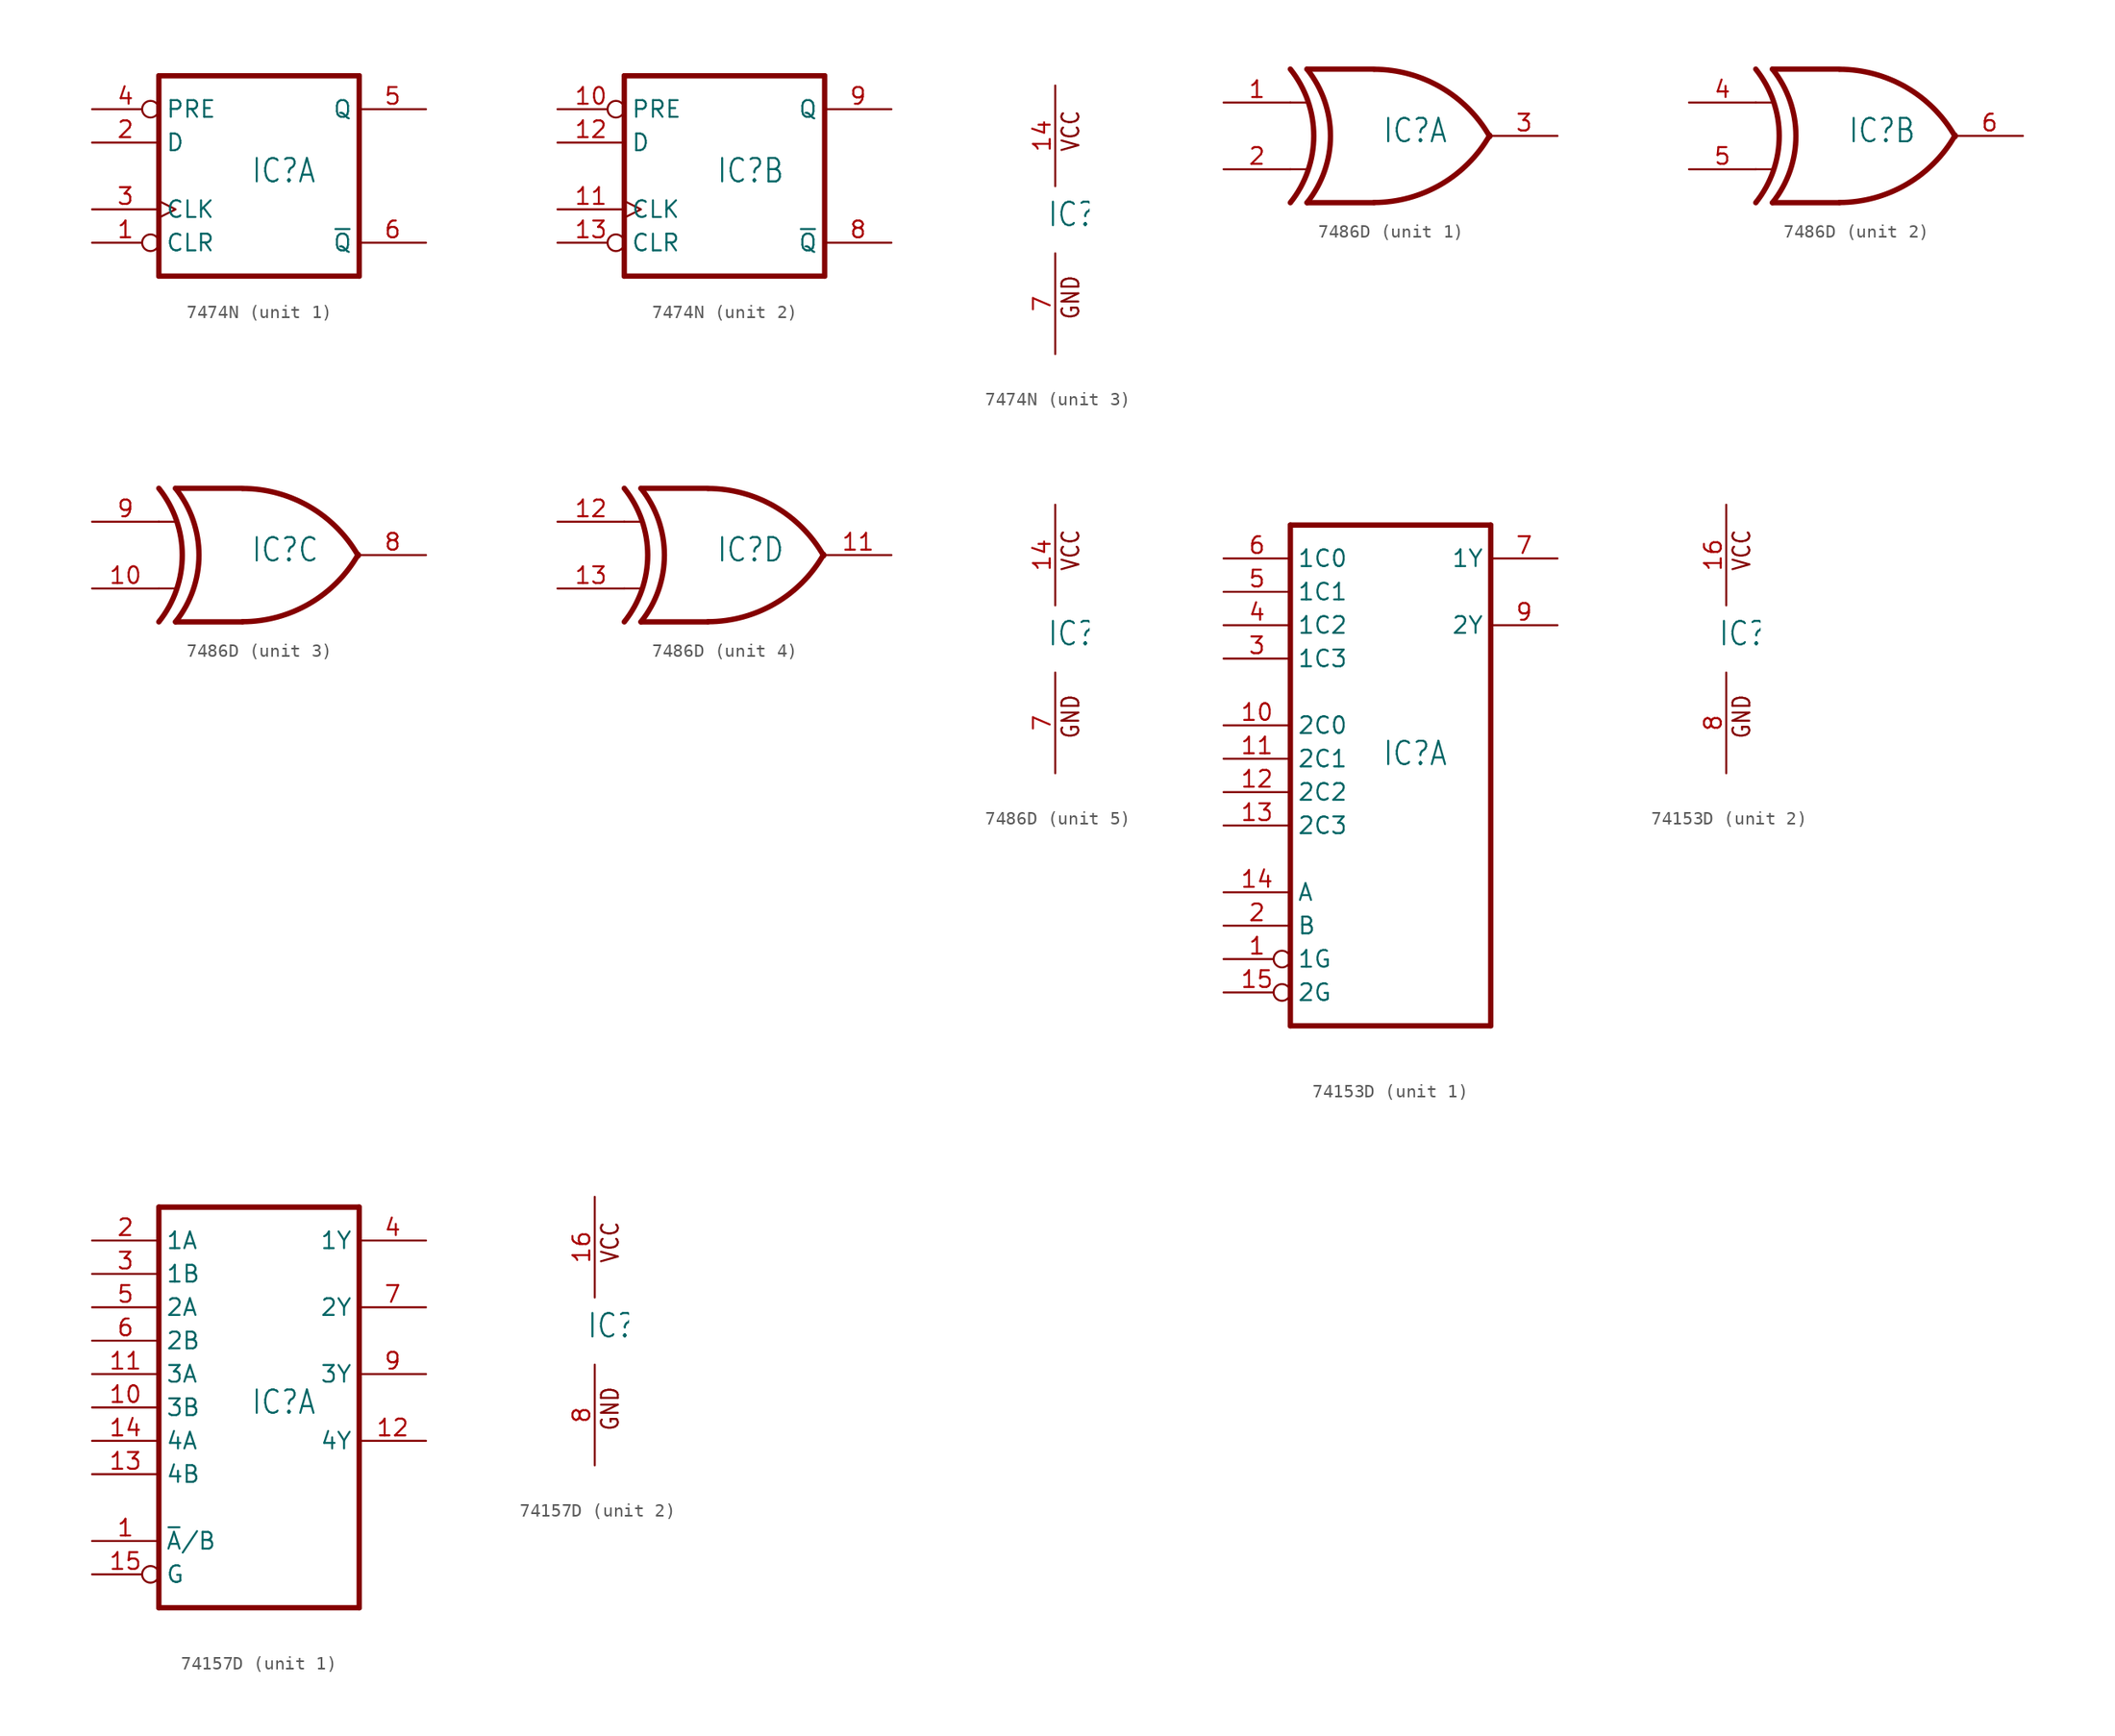
<source format=kicad_sym>
(kicad_symbol_lib
  (version 20220914)
  (generator kicad_symbol_editor)
  (symbol "7474N"
    (property "Reference" "IC"
      (at -0.635 -0.635 0)
      (effects (font (size 1.778 1.511)) (justify left bottom)))
    (property "ki_locked" ""
      (at 0 0 0)
      (effects (font (size 1.27 1.27))))
    (symbol "7474N_1_0"
      (polyline (pts (xy -7.62 -7.62) (xy 7.62 -7.62)) (stroke (width 0.406) (type default)) (fill (type none)))
      (polyline (pts (xy -7.62 7.62) (xy -7.62 -7.62)) (stroke (width 0.406) (type default)) (fill (type none)))
      (polyline (pts (xy 7.62 -7.62) (xy 7.62 7.62)) (stroke (width 0.406) (type default)) (fill (type none)))
      (polyline (pts (xy 7.62 7.62) (xy -7.62 7.62)) (stroke (width 0.406) (type default)) (fill (type none)))
      (pin input inverted (at -12.7 -5.08 0) (length 5.08) (name "CLR" (effects (font (size 1.27 1.27)))) (number "1" (effects (font (size 1.27 1.27)))))
      (pin input line (at -12.7 2.54 0) (length 5.08) (name "D" (effects (font (size 1.27 1.27)))) (number "2" (effects (font (size 1.27 1.27)))))
      (pin input clock (at -12.7 -2.54 0) (length 5.08) (name "CLK" (effects (font (size 1.27 1.27)))) (number "3" (effects (font (size 1.27 1.27)))))
      (pin input inverted (at -12.7 5.08 0) (length 5.08) (name "PRE" (effects (font (size 1.27 1.27)))) (number "4" (effects (font (size 1.27 1.27)))))
      (pin output line (at 12.7 5.08 180) (length 5.08) (name "Q" (effects (font (size 1.27 1.27)))) (number "5" (effects (font (size 1.27 1.27)))))
      (pin output line (at 12.7 -5.08 180) (length 5.08) (name "~{Q}" (effects (font (size 1.27 1.27)))) (number "6" (effects (font (size 1.27 1.27))))))
    (symbol "7474N_2_0"
      (polyline (pts (xy -7.62 -7.62) (xy 7.62 -7.62)) (stroke (width 0.406) (type default)) (fill (type none)))
      (polyline (pts (xy -7.62 7.62) (xy -7.62 -7.62)) (stroke (width 0.406) (type default)) (fill (type none)))
      (polyline (pts (xy 7.62 -7.62) (xy 7.62 7.62)) (stroke (width 0.406) (type default)) (fill (type none)))
      (polyline (pts (xy 7.62 7.62) (xy -7.62 7.62)) (stroke (width 0.406) (type default)) (fill (type none)))
      (pin input inverted (at -12.7 5.08 0) (length 5.08) (name "PRE" (effects (font (size 1.27 1.27)))) (number "10" (effects (font (size 1.27 1.27)))))
      (pin input clock (at -12.7 -2.54 0) (length 5.08) (name "CLK" (effects (font (size 1.27 1.27)))) (number "11" (effects (font (size 1.27 1.27)))))
      (pin input line (at -12.7 2.54 0) (length 5.08) (name "D" (effects (font (size 1.27 1.27)))) (number "12" (effects (font (size 1.27 1.27)))))
      (pin input inverted (at -12.7 -5.08 0) (length 5.08) (name "CLR" (effects (font (size 1.27 1.27)))) (number "13" (effects (font (size 1.27 1.27)))))
      (pin output line (at 12.7 -5.08 180) (length 5.08) (name "~{Q}" (effects (font (size 1.27 1.27)))) (number "8" (effects (font (size 1.27 1.27)))))
      (pin output line (at 12.7 5.08 180) (length 5.08) (name "Q" (effects (font (size 1.27 1.27)))) (number "9" (effects (font (size 1.27 1.27))))))
    (symbol "7474N_3_0"
      (text "GND" (at 1.905 -7.62 900) (effects (font (size 1.27 1.079)) (justify left bottom)))
      (text "VCC" (at 1.905 5.08 900) (effects (font (size 1.27 1.079)) (justify left bottom)))
      (pin power_in line (at 0 10.16 270) (length 7.62) (name "VCC" (effects (font (size 0 0)))) (number "14" (effects (font (size 1.27 1.27)))))
      (pin power_in line (at 0 -10.16 90) (length 7.62) (name "GND" (effects (font (size 0 0)))) (number "7" (effects (font (size 1.27 1.27)))))))
  (symbol "7486D"
    (property "Reference" "IC"
      (at -0.635 -0.635 0)
      (effects (font (size 1.778 1.511)) (justify left bottom)))
    (property "ki_locked" ""
      (at 0 0 0)
      (effects (font (size 1.27 1.27))))
    (symbol "7486D_1_0"
      (arc (start -7.62 -5.08) (mid -5.838 0) (end -7.62 5.08) (stroke (width 0.4064) (type default)) (fill (type none)))
      (arc (start -6.35 -5.08) (mid -4.568 0) (end -6.35 5.08) (stroke (width 0.4064) (type default)) (fill (type none)))
      (arc (start -1.2446 -5.0678) (mid 3.8372 -3.689) (end 7.5439 0.0507) (stroke (width 0.4064) (type default)) (fill (type none)))
      (polyline (pts (xy -7.62 -2.54) (xy -6.35 -2.54)) (stroke (width 0.152) (type default)) (fill (type none)))
      (polyline (pts (xy -7.62 2.54) (xy -6.35 2.54)) (stroke (width 0.152) (type default)) (fill (type none)))
      (polyline (pts (xy -1.27 -5.08) (xy -6.35 -5.08)) (stroke (width 0.406) (type default)) (fill (type none)))
      (polyline (pts (xy -1.27 5.08) (xy -6.35 5.08)) (stroke (width 0.406) (type default)) (fill (type none)))
      (arc (start 7.5442 -0.0505) (mid 3.8373 3.6892) (end -1.2446 5.0678) (stroke (width 0.4064) (type default)) (fill (type none)))
      (pin input line (at -12.7 2.54 0) (length 5.08) (name "I0" (effects (font (size 0 0)))) (number "1" (effects (font (size 1.27 1.27)))))
      (pin input line (at -12.7 -2.54 0) (length 5.08) (name "I1" (effects (font (size 0 0)))) (number "2" (effects (font (size 1.27 1.27)))))
      (pin output line (at 12.7 0 180) (length 5.08) (name "O" (effects (font (size 0 0)))) (number "3" (effects (font (size 1.27 1.27))))))
    (symbol "7486D_2_0"
      (arc (start -7.62 -5.08) (mid -5.838 0) (end -7.62 5.08) (stroke (width 0.4064) (type default)) (fill (type none)))
      (arc (start -6.35 -5.08) (mid -4.568 0) (end -6.35 5.08) (stroke (width 0.4064) (type default)) (fill (type none)))
      (arc (start -1.2446 -5.0678) (mid 3.8372 -3.689) (end 7.5439 0.0507) (stroke (width 0.4064) (type default)) (fill (type none)))
      (polyline (pts (xy -7.62 -2.54) (xy -6.35 -2.54)) (stroke (width 0.152) (type default)) (fill (type none)))
      (polyline (pts (xy -7.62 2.54) (xy -6.35 2.54)) (stroke (width 0.152) (type default)) (fill (type none)))
      (polyline (pts (xy -1.27 -5.08) (xy -6.35 -5.08)) (stroke (width 0.406) (type default)) (fill (type none)))
      (polyline (pts (xy -1.27 5.08) (xy -6.35 5.08)) (stroke (width 0.406) (type default)) (fill (type none)))
      (arc (start 7.5442 -0.0505) (mid 3.8373 3.6892) (end -1.2446 5.0678) (stroke (width 0.4064) (type default)) (fill (type none)))
      (pin input line (at -12.7 2.54 0) (length 5.08) (name "I0" (effects (font (size 0 0)))) (number "4" (effects (font (size 1.27 1.27)))))
      (pin input line (at -12.7 -2.54 0) (length 5.08) (name "I1" (effects (font (size 0 0)))) (number "5" (effects (font (size 1.27 1.27)))))
      (pin output line (at 12.7 0 180) (length 5.08) (name "O" (effects (font (size 0 0)))) (number "6" (effects (font (size 1.27 1.27))))))
    (symbol "7486D_3_0"
      (arc (start -7.62 -5.08) (mid -5.838 0) (end -7.62 5.08) (stroke (width 0.4064) (type default)) (fill (type none)))
      (arc (start -6.35 -5.08) (mid -4.568 0) (end -6.35 5.08) (stroke (width 0.4064) (type default)) (fill (type none)))
      (arc (start -1.2446 -5.0678) (mid 3.8372 -3.689) (end 7.5439 0.0507) (stroke (width 0.4064) (type default)) (fill (type none)))
      (polyline (pts (xy -7.62 -2.54) (xy -6.35 -2.54)) (stroke (width 0.152) (type default)) (fill (type none)))
      (polyline (pts (xy -7.62 2.54) (xy -6.35 2.54)) (stroke (width 0.152) (type default)) (fill (type none)))
      (polyline (pts (xy -1.27 -5.08) (xy -6.35 -5.08)) (stroke (width 0.406) (type default)) (fill (type none)))
      (polyline (pts (xy -1.27 5.08) (xy -6.35 5.08)) (stroke (width 0.406) (type default)) (fill (type none)))
      (arc (start 7.5442 -0.0505) (mid 3.8373 3.6892) (end -1.2446 5.0678) (stroke (width 0.4064) (type default)) (fill (type none)))
      (pin input line (at -12.7 -2.54 0) (length 5.08) (name "I1" (effects (font (size 0 0)))) (number "10" (effects (font (size 1.27 1.27)))))
      (pin output line (at 12.7 0 180) (length 5.08) (name "O" (effects (font (size 0 0)))) (number "8" (effects (font (size 1.27 1.27)))))
      (pin input line (at -12.7 2.54 0) (length 5.08) (name "I0" (effects (font (size 0 0)))) (number "9" (effects (font (size 1.27 1.27))))))
    (symbol "7486D_4_0"
      (arc (start -7.62 -5.08) (mid -5.838 0) (end -7.62 5.08) (stroke (width 0.4064) (type default)) (fill (type none)))
      (arc (start -6.35 -5.08) (mid -4.568 0) (end -6.35 5.08) (stroke (width 0.4064) (type default)) (fill (type none)))
      (arc (start -1.2446 -5.0678) (mid 3.8372 -3.689) (end 7.5439 0.0507) (stroke (width 0.4064) (type default)) (fill (type none)))
      (polyline (pts (xy -7.62 -2.54) (xy -6.35 -2.54)) (stroke (width 0.152) (type default)) (fill (type none)))
      (polyline (pts (xy -7.62 2.54) (xy -6.35 2.54)) (stroke (width 0.152) (type default)) (fill (type none)))
      (polyline (pts (xy -1.27 -5.08) (xy -6.35 -5.08)) (stroke (width 0.406) (type default)) (fill (type none)))
      (polyline (pts (xy -1.27 5.08) (xy -6.35 5.08)) (stroke (width 0.406) (type default)) (fill (type none)))
      (arc (start 7.5442 -0.0505) (mid 3.8373 3.6892) (end -1.2446 5.0678) (stroke (width 0.4064) (type default)) (fill (type none)))
      (pin output line (at 12.7 0 180) (length 5.08) (name "O" (effects (font (size 0 0)))) (number "11" (effects (font (size 1.27 1.27)))))
      (pin input line (at -12.7 2.54 0) (length 5.08) (name "I0" (effects (font (size 0 0)))) (number "12" (effects (font (size 1.27 1.27)))))
      (pin input line (at -12.7 -2.54 0) (length 5.08) (name "I1" (effects (font (size 0 0)))) (number "13" (effects (font (size 1.27 1.27))))))
    (symbol "7486D_5_0"
      (text "GND" (at 1.905 -7.62 900) (effects (font (size 1.27 1.079)) (justify left bottom)))
      (text "VCC" (at 1.905 5.08 900) (effects (font (size 1.27 1.079)) (justify left bottom)))
      (pin power_in line (at 0 10.16 270) (length 7.62) (name "VCC" (effects (font (size 0 0)))) (number "14" (effects (font (size 1.27 1.27)))))
      (pin power_in line (at 0 -10.16 90) (length 7.62) (name "GND" (effects (font (size 0 0)))) (number "7" (effects (font (size 1.27 1.27)))))))
  (symbol "74153D"
    (property "Reference" "IC"
      (at -0.635 -0.635 0)
      (effects (font (size 1.778 1.511)) (justify left bottom)))
    (property "ki_locked" ""
      (at 0 0 0)
      (effects (font (size 1.27 1.27))))
    (symbol "74153D_1_0"
      (polyline (pts (xy -7.62 -20.32) (xy 7.62 -20.32)) (stroke (width 0.406) (type default)) (fill (type none)))
      (polyline (pts (xy -7.62 17.78) (xy -7.62 -20.32)) (stroke (width 0.406) (type default)) (fill (type none)))
      (polyline (pts (xy 7.62 -20.32) (xy 7.62 17.78)) (stroke (width 0.406) (type default)) (fill (type none)))
      (polyline (pts (xy 7.62 17.78) (xy -7.62 17.78)) (stroke (width 0.406) (type default)) (fill (type none)))
      (pin input inverted (at -12.7 -15.24 0) (length 5.08) (name "1G" (effects (font (size 1.27 1.27)))) (number "1" (effects (font (size 1.27 1.27)))))
      (pin input line (at -12.7 2.54 0) (length 5.08) (name "2C0" (effects (font (size 1.27 1.27)))) (number "10" (effects (font (size 1.27 1.27)))))
      (pin input line (at -12.7 0 0) (length 5.08) (name "2C1" (effects (font (size 1.27 1.27)))) (number "11" (effects (font (size 1.27 1.27)))))
      (pin input line (at -12.7 -2.54 0) (length 5.08) (name "2C2" (effects (font (size 1.27 1.27)))) (number "12" (effects (font (size 1.27 1.27)))))
      (pin input line (at -12.7 -5.08 0) (length 5.08) (name "2C3" (effects (font (size 1.27 1.27)))) (number "13" (effects (font (size 1.27 1.27)))))
      (pin input line (at -12.7 -10.16 0) (length 5.08) (name "A" (effects (font (size 1.27 1.27)))) (number "14" (effects (font (size 1.27 1.27)))))
      (pin input inverted (at -12.7 -17.78 0) (length 5.08) (name "2G" (effects (font (size 1.27 1.27)))) (number "15" (effects (font (size 1.27 1.27)))))
      (pin input line (at -12.7 -12.7 0) (length 5.08) (name "B" (effects (font (size 1.27 1.27)))) (number "2" (effects (font (size 1.27 1.27)))))
      (pin input line (at -12.7 7.62 0) (length 5.08) (name "1C3" (effects (font (size 1.27 1.27)))) (number "3" (effects (font (size 1.27 1.27)))))
      (pin input line (at -12.7 10.16 0) (length 5.08) (name "1C2" (effects (font (size 1.27 1.27)))) (number "4" (effects (font (size 1.27 1.27)))))
      (pin input line (at -12.7 12.7 0) (length 5.08) (name "1C1" (effects (font (size 1.27 1.27)))) (number "5" (effects (font (size 1.27 1.27)))))
      (pin input line (at -12.7 15.24 0) (length 5.08) (name "1C0" (effects (font (size 1.27 1.27)))) (number "6" (effects (font (size 1.27 1.27)))))
      (pin output line (at 12.7 15.24 180) (length 5.08) (name "1Y" (effects (font (size 1.27 1.27)))) (number "7" (effects (font (size 1.27 1.27)))))
      (pin output line (at 12.7 10.16 180) (length 5.08) (name "2Y" (effects (font (size 1.27 1.27)))) (number "9" (effects (font (size 1.27 1.27))))))
    (symbol "74153D_2_0"
      (text "GND" (at 1.905 -7.62 900) (effects (font (size 1.27 1.079)) (justify left bottom)))
      (text "VCC" (at 1.905 5.08 900) (effects (font (size 1.27 1.079)) (justify left bottom)))
      (pin power_in line (at 0 10.16 270) (length 7.62) (name "VCC" (effects (font (size 0 0)))) (number "16" (effects (font (size 1.27 1.27)))))
      (pin power_in line (at 0 -10.16 90) (length 7.62) (name "GND" (effects (font (size 0 0)))) (number "8" (effects (font (size 1.27 1.27)))))))
  (symbol "74157D"
    (property "Reference" "IC"
      (at -0.635 -0.635 0)
      (effects (font (size 1.778 1.511)) (justify left bottom)))
    (property "ki_locked" ""
      (at 0 0 0)
      (effects (font (size 1.27 1.27))))
    (symbol "74157D_1_0"
      (polyline (pts (xy -7.62 -15.24) (xy 7.62 -15.24)) (stroke (width 0.406) (type default)) (fill (type none)))
      (polyline (pts (xy -7.62 15.24) (xy -7.62 -15.24)) (stroke (width 0.406) (type default)) (fill (type none)))
      (polyline (pts (xy 7.62 -15.24) (xy 7.62 15.24)) (stroke (width 0.406) (type default)) (fill (type none)))
      (polyline (pts (xy 7.62 15.24) (xy -7.62 15.24)) (stroke (width 0.406) (type default)) (fill (type none)))
      (pin input line (at -12.7 -10.16 0) (length 5.08) (name "~{A}/B" (effects (font (size 1.27 1.27)))) (number "1" (effects (font (size 1.27 1.27)))))
      (pin input line (at -12.7 0 0) (length 5.08) (name "3B" (effects (font (size 1.27 1.27)))) (number "10" (effects (font (size 1.27 1.27)))))
      (pin input line (at -12.7 2.54 0) (length 5.08) (name "3A" (effects (font (size 1.27 1.27)))) (number "11" (effects (font (size 1.27 1.27)))))
      (pin output line (at 12.7 -2.54 180) (length 5.08) (name "4Y" (effects (font (size 1.27 1.27)))) (number "12" (effects (font (size 1.27 1.27)))))
      (pin input line (at -12.7 -5.08 0) (length 5.08) (name "4B" (effects (font (size 1.27 1.27)))) (number "13" (effects (font (size 1.27 1.27)))))
      (pin input line (at -12.7 -2.54 0) (length 5.08) (name "4A" (effects (font (size 1.27 1.27)))) (number "14" (effects (font (size 1.27 1.27)))))
      (pin input inverted (at -12.7 -12.7 0) (length 5.08) (name "G" (effects (font (size 1.27 1.27)))) (number "15" (effects (font (size 1.27 1.27)))))
      (pin input line (at -12.7 12.7 0) (length 5.08) (name "1A" (effects (font (size 1.27 1.27)))) (number "2" (effects (font (size 1.27 1.27)))))
      (pin input line (at -12.7 10.16 0) (length 5.08) (name "1B" (effects (font (size 1.27 1.27)))) (number "3" (effects (font (size 1.27 1.27)))))
      (pin output line (at 12.7 12.7 180) (length 5.08) (name "1Y" (effects (font (size 1.27 1.27)))) (number "4" (effects (font (size 1.27 1.27)))))
      (pin input line (at -12.7 7.62 0) (length 5.08) (name "2A" (effects (font (size 1.27 1.27)))) (number "5" (effects (font (size 1.27 1.27)))))
      (pin input line (at -12.7 5.08 0) (length 5.08) (name "2B" (effects (font (size 1.27 1.27)))) (number "6" (effects (font (size 1.27 1.27)))))
      (pin output line (at 12.7 7.62 180) (length 5.08) (name "2Y" (effects (font (size 1.27 1.27)))) (number "7" (effects (font (size 1.27 1.27)))))
      (pin output line (at 12.7 2.54 180) (length 5.08) (name "3Y" (effects (font (size 1.27 1.27)))) (number "9" (effects (font (size 1.27 1.27))))))
    (symbol "74157D_2_0"
      (text "GND" (at 1.905 -7.62 900) (effects (font (size 1.27 1.079)) (justify left bottom)))
      (text "VCC" (at 1.905 5.08 900) (effects (font (size 1.27 1.079)) (justify left bottom)))
      (pin power_in line (at 0 10.16 270) (length 7.62) (name "VCC" (effects (font (size 0 0)))) (number "16" (effects (font (size 1.27 1.27)))))
      (pin power_in line (at 0 -10.16 90) (length 7.62) (name "GND" (effects (font (size 0 0)))) (number "8" (effects (font (size 1.27 1.27))))))))
</source>
